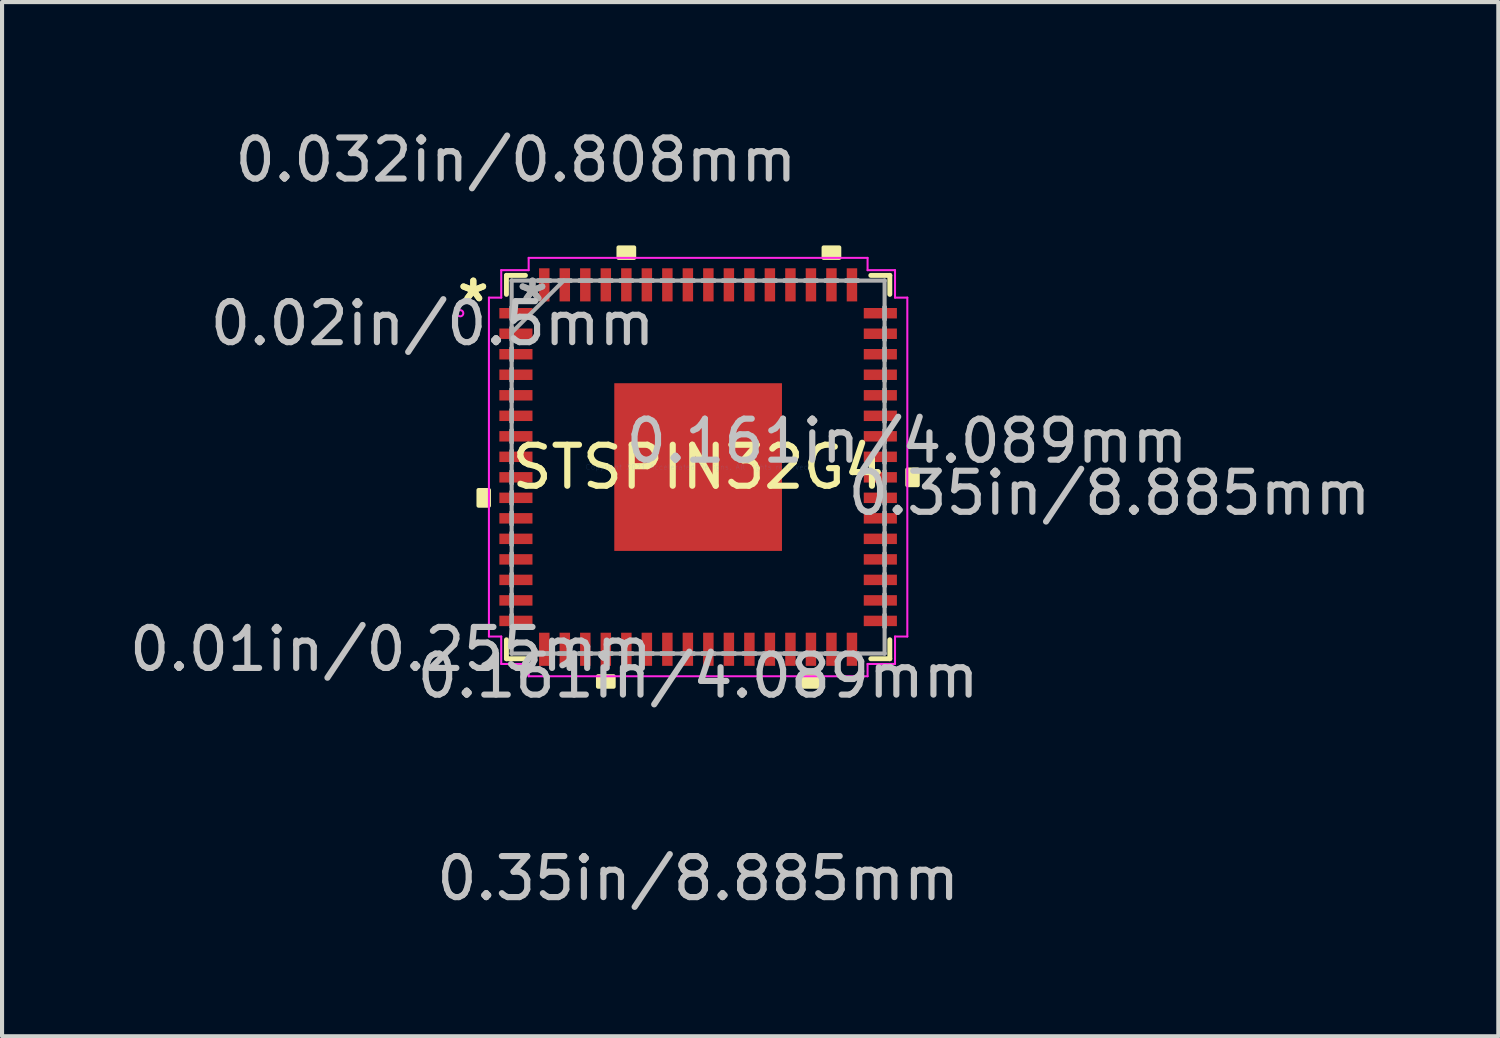
<source format=kicad_pcb>
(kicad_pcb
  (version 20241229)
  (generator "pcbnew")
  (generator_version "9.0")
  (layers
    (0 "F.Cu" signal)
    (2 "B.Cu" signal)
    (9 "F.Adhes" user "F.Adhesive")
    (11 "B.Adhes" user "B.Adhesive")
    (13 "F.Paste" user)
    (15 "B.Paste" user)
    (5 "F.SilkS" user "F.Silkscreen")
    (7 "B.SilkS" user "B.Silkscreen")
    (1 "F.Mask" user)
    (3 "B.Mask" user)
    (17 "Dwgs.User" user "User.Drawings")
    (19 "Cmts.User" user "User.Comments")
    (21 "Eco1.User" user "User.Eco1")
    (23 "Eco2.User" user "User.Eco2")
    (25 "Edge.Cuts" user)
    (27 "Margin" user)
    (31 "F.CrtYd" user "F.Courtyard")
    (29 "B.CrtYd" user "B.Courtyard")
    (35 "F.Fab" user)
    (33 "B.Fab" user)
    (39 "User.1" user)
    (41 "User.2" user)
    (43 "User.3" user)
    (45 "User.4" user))
  (footprint "STSPIN32G4"
    (layer "F.Cu")
    (at 13.973 8.339)
    (property "Reference" "STSPIN32G4" (at 0 0 0) (layer "F.SilkS") (effects (font (size 1 1) (thickness 0.15))))
    (attr through_hole)
    (fp_line (start -4.674 -4.674) (end -4.674 -4.211) (stroke (width 0.12) (type solid)) (layer "F.SilkS"))
    (fp_line (start -4.674 4.211) (end -4.674 4.674) (stroke (width 0.12) (type solid)) (layer "F.SilkS"))
    (fp_line (start -4.674 4.674) (end -4.211 4.674) (stroke (width 0.12) (type solid)) (layer "F.SilkS"))
    (fp_line (start -4.211 -4.674) (end -4.674 -4.674) (stroke (width 0.12) (type solid)) (layer "F.SilkS"))
    (fp_line (start 4.211 4.674) (end 4.674 4.674) (stroke (width 0.12) (type solid)) (layer "F.SilkS"))
    (fp_line (start 4.674 -4.674) (end 4.211 -4.674) (stroke (width 0.12) (type solid)) (layer "F.SilkS"))
    (fp_line (start 4.674 -4.211) (end 4.674 -4.674) (stroke (width 0.12) (type solid)) (layer "F.SilkS"))
    (fp_line (start 4.674 4.674) (end 4.674 4.211) (stroke (width 0.12) (type solid)) (layer "F.SilkS"))
    (fp_poly (pts (xy -5.355 0.56) (xy -5.355 0.941) (xy -5.101 0.941) (xy -5.101 0.56)) (stroke (width 0.1) (type solid)) (fill yes) (layer "F.SilkS"))
    (fp_poly (pts (xy -2.441 5.101) (xy -2.441 5.355) (xy -2.06 5.355) (xy -2.06 5.101)) (stroke (width 0.1) (type solid)) (fill yes) (layer "F.SilkS"))
    (fp_poly (pts (xy -1.941 -5.101) (xy -1.941 -5.355) (xy -1.56 -5.355) (xy -1.56 -5.101)) (stroke (width 0.1) (type solid)) (fill yes) (layer "F.SilkS"))
    (fp_poly (pts (xy 2.56 5.101) (xy 2.56 5.355) (xy 2.941 5.355) (xy 2.941 5.101)) (stroke (width 0.1) (type solid)) (fill yes) (layer "F.SilkS"))
    (fp_poly (pts (xy 3.06 -5.101) (xy 3.06 -5.355) (xy 3.441 -5.355) (xy 3.441 -5.101)) (stroke (width 0.1) (type solid)) (fill yes) (layer "F.SilkS"))
    (fp_poly (pts (xy 5.355 0.06) (xy 5.355 0.441) (xy 5.101 0.441) (xy 5.101 0.06)) (stroke (width 0.1) (type solid)) (fill yes) (layer "F.SilkS"))
    (fp_poly (pts (xy -1.945 -1.945) (xy -1.945 -0.782) (xy -0.782 -0.782) (xy -0.782 -1.945)) (stroke (width 0.1) (type solid)) (fill yes) (layer "F.Paste"))
    (fp_poly (pts (xy -1.945 -0.582) (xy -1.945 0.582) (xy -0.782 0.582) (xy -0.782 -0.582)) (stroke (width 0.1) (type solid)) (fill yes) (layer "F.Paste"))
    (fp_poly (pts (xy -1.945 0.782) (xy -1.945 1.945) (xy -0.782 1.945) (xy -0.782 0.782)) (stroke (width 0.1) (type solid)) (fill yes) (layer "F.Paste"))
    (fp_poly (pts (xy -0.582 -1.945) (xy -0.582 -0.782) (xy 0.582 -0.782) (xy 0.582 -1.945)) (stroke (width 0.1) (type solid)) (fill yes) (layer "F.Paste"))
    (fp_poly (pts (xy -0.582 -0.582) (xy -0.582 0.582) (xy 0.582 0.582) (xy 0.582 -0.582)) (stroke (width 0.1) (type solid)) (fill yes) (layer "F.Paste"))
    (fp_poly (pts (xy -0.582 0.782) (xy -0.582 1.945) (xy 0.582 1.945) (xy 0.582 0.782)) (stroke (width 0.1) (type solid)) (fill yes) (layer "F.Paste"))
    (fp_poly (pts (xy 0.782 -1.945) (xy 0.782 -0.782) (xy 1.945 -0.782) (xy 1.945 -1.945)) (stroke (width 0.1) (type solid)) (fill yes) (layer "F.Paste"))
    (fp_poly (pts (xy 0.782 -0.582) (xy 0.782 0.582) (xy 1.945 0.582) (xy 1.945 -0.582)) (stroke (width 0.1) (type solid)) (fill yes) (layer "F.Paste"))
    (fp_poly (pts (xy 0.782 0.782) (xy 0.782 1.945) (xy 1.945 1.945) (xy 1.945 0.782)) (stroke (width 0.1) (type solid)) (fill yes) (layer "F.Paste"))
    (fp_line (start -5.101 -4.132) (end -4.801 -4.132) (stroke (width 0.05) (type solid)) (layer "F.CrtYd"))
    (fp_line (start -5.101 4.132) (end -5.101 -4.132) (stroke (width 0.05) (type solid)) (layer "F.CrtYd"))
    (fp_line (start -4.801 -4.801) (end -4.132 -4.801) (stroke (width 0.05) (type solid)) (layer "F.CrtYd"))
    (fp_line (start -4.801 -4.132) (end -4.801 -4.801) (stroke (width 0.05) (type solid)) (layer "F.CrtYd"))
    (fp_line (start -4.801 4.132) (end -5.101 4.132) (stroke (width 0.05) (type solid)) (layer "F.CrtYd"))
    (fp_line (start -4.801 4.801) (end -4.801 4.132) (stroke (width 0.05) (type solid)) (layer "F.CrtYd"))
    (fp_line (start -4.132 -5.101) (end 4.132 -5.101) (stroke (width 0.05) (type solid)) (layer "F.CrtYd"))
    (fp_line (start -4.132 -4.801) (end -4.132 -5.101) (stroke (width 0.05) (type solid)) (layer "F.CrtYd"))
    (fp_line (start -4.132 4.801) (end -4.801 4.801) (stroke (width 0.05) (type solid)) (layer "F.CrtYd"))
    (fp_line (start -4.132 5.101) (end -4.132 4.801) (stroke (width 0.05) (type solid)) (layer "F.CrtYd"))
    (fp_line (start 4.132 -5.101) (end 4.132 -4.801) (stroke (width 0.05) (type solid)) (layer "F.CrtYd"))
    (fp_line (start 4.132 -4.801) (end 4.801 -4.801) (stroke (width 0.05) (type solid)) (layer "F.CrtYd"))
    (fp_line (start 4.132 4.801) (end 4.132 5.101) (stroke (width 0.05) (type solid)) (layer "F.CrtYd"))
    (fp_line (start 4.132 5.101) (end -4.132 5.101) (stroke (width 0.05) (type solid)) (layer "F.CrtYd"))
    (fp_line (start 4.801 -4.801) (end 4.801 -4.132) (stroke (width 0.05) (type solid)) (layer "F.CrtYd"))
    (fp_line (start 4.801 -4.132) (end 5.101 -4.132) (stroke (width 0.05) (type solid)) (layer "F.CrtYd"))
    (fp_line (start 4.801 4.132) (end 4.801 4.801) (stroke (width 0.05) (type solid)) (layer "F.CrtYd"))
    (fp_line (start 4.801 4.801) (end 4.132 4.801) (stroke (width 0.05) (type solid)) (layer "F.CrtYd"))
    (fp_line (start 5.101 -4.132) (end 5.101 4.132) (stroke (width 0.05) (type solid)) (layer "F.CrtYd"))
    (fp_line (start 5.101 4.132) (end 4.801 4.132) (stroke (width 0.05) (type solid)) (layer "F.CrtYd"))
    (fp_circle (center -5.801 -3.751) (end -5.725 -3.751) (stroke (width 0.05) (type solid)) (fill no) (layer "F.CrtYd"))
    (fp_line (start -4.547 -4.547) (end -4.547 -4.547) (stroke (width 0.1) (type solid)) (layer "F.Fab"))
    (fp_line (start -4.547 -4.547) (end -4.547 4.547) (stroke (width 0.1) (type solid)) (layer "F.Fab"))
    (fp_line (start -4.547 -3.903) (end -4.547 -3.903) (stroke (width 0.1) (type solid)) (layer "F.Fab"))
    (fp_line (start -4.547 -3.903) (end -4.547 -3.599) (stroke (width 0.1) (type solid)) (layer "F.Fab"))
    (fp_line (start -4.547 -3.599) (end -4.547 -3.903) (stroke (width 0.1) (type solid)) (layer "F.Fab"))
    (fp_line (start -4.547 -3.599) (end -4.547 -3.599) (stroke (width 0.1) (type solid)) (layer "F.Fab"))
    (fp_line (start -4.547 -3.403) (end -4.547 -3.403) (stroke (width 0.1) (type solid)) (layer "F.Fab"))
    (fp_line (start -4.547 -3.403) (end -4.547 -3.098) (stroke (width 0.1) (type solid)) (layer "F.Fab"))
    (fp_line (start -4.547 -3.277) (end -3.277 -4.547) (stroke (width 0.1) (type solid)) (layer "F.Fab"))
    (fp_line (start -4.547 -3.098) (end -4.547 -3.403) (stroke (width 0.1) (type solid)) (layer "F.Fab"))
    (fp_line (start -4.547 -3.098) (end -4.547 -3.098) (stroke (width 0.1) (type solid)) (layer "F.Fab"))
    (fp_line (start -4.547 -2.903) (end -4.547 -2.903) (stroke (width 0.1) (type solid)) (layer "F.Fab"))
    (fp_line (start -4.547 -2.903) (end -4.547 -2.598) (stroke (width 0.1) (type solid)) (layer "F.Fab"))
    (fp_line (start -4.547 -2.598) (end -4.547 -2.903) (stroke (width 0.1) (type solid)) (layer "F.Fab"))
    (fp_line (start -4.547 -2.598) (end -4.547 -2.598) (stroke (width 0.1) (type solid)) (layer "F.Fab"))
    (fp_line (start -4.547 -2.403) (end -4.547 -2.403) (stroke (width 0.1) (type solid)) (layer "F.Fab"))
    (fp_line (start -4.547 -2.403) (end -4.547 -2.098) (stroke (width 0.1) (type solid)) (layer "F.Fab"))
    (fp_line (start -4.547 -2.098) (end -4.547 -2.403) (stroke (width 0.1) (type solid)) (layer "F.Fab"))
    (fp_line (start -4.547 -2.098) (end -4.547 -2.098) (stroke (width 0.1) (type solid)) (layer "F.Fab"))
    (fp_line (start -4.547 -1.903) (end -4.547 -1.903) (stroke (width 0.1) (type solid)) (layer "F.Fab"))
    (fp_line (start -4.547 -1.903) (end -4.547 -1.598) (stroke (width 0.1) (type solid)) (layer "F.Fab"))
    (fp_line (start -4.547 -1.598) (end -4.547 -1.903) (stroke (width 0.1) (type solid)) (layer "F.Fab"))
    (fp_line (start -4.547 -1.598) (end -4.547 -1.598) (stroke (width 0.1) (type solid)) (layer "F.Fab"))
    (fp_line (start -4.547 -1.403) (end -4.547 -1.403) (stroke (width 0.1) (type solid)) (layer "F.Fab"))
    (fp_line (start -4.547 -1.403) (end -4.547 -1.098) (stroke (width 0.1) (type solid)) (layer "F.Fab"))
    (fp_line (start -4.547 -1.098) (end -4.547 -1.403) (stroke (width 0.1) (type solid)) (layer "F.Fab"))
    (fp_line (start -4.547 -1.098) (end -4.547 -1.098) (stroke (width 0.1) (type solid)) (layer "F.Fab"))
    (fp_line (start -4.547 -0.903) (end -4.547 -0.903) (stroke (width 0.1) (type solid)) (layer "F.Fab"))
    (fp_line (start -4.547 -0.903) (end -4.547 -0.598) (stroke (width 0.1) (type solid)) (layer "F.Fab"))
    (fp_line (start -4.547 -0.598) (end -4.547 -0.903) (stroke (width 0.1) (type solid)) (layer "F.Fab"))
    (fp_line (start -4.547 -0.598) (end -4.547 -0.598) (stroke (width 0.1) (type solid)) (layer "F.Fab"))
    (fp_line (start -4.547 -0.402) (end -4.547 -0.402) (stroke (width 0.1) (type solid)) (layer "F.Fab"))
    (fp_line (start -4.547 -0.402) (end -4.547 -0.098) (stroke (width 0.1) (type solid)) (layer "F.Fab"))
    (fp_line (start -4.547 -0.098) (end -4.547 -0.402) (stroke (width 0.1) (type solid)) (layer "F.Fab"))
    (fp_line (start -4.547 -0.098) (end -4.547 -0.098) (stroke (width 0.1) (type solid)) (layer "F.Fab"))
    (fp_line (start -4.547 0.098) (end -4.547 0.098) (stroke (width 0.1) (type solid)) (layer "F.Fab"))
    (fp_line (start -4.547 0.098) (end -4.547 0.402) (stroke (width 0.1) (type solid)) (layer "F.Fab"))
    (fp_line (start -4.547 0.402) (end -4.547 0.098) (stroke (width 0.1) (type solid)) (layer "F.Fab"))
    (fp_line (start -4.547 0.402) (end -4.547 0.402) (stroke (width 0.1) (type solid)) (layer "F.Fab"))
    (fp_line (start -4.547 0.598) (end -4.547 0.598) (stroke (width 0.1) (type solid)) (layer "F.Fab"))
    (fp_line (start -4.547 0.598) (end -4.547 0.903) (stroke (width 0.1) (type solid)) (layer "F.Fab"))
    (fp_line (start -4.547 0.903) (end -4.547 0.598) (stroke (width 0.1) (type solid)) (layer "F.Fab"))
    (fp_line (start -4.547 0.903) (end -4.547 0.903) (stroke (width 0.1) (type solid)) (layer "F.Fab"))
    (fp_line (start -4.547 1.098) (end -4.547 1.098) (stroke (width 0.1) (type solid)) (layer "F.Fab"))
    (fp_line (start -4.547 1.098) (end -4.547 1.403) (stroke (width 0.1) (type solid)) (layer "F.Fab"))
    (fp_line (start -4.547 1.403) (end -4.547 1.098) (stroke (width 0.1) (type solid)) (layer "F.Fab"))
    (fp_line (start -4.547 1.403) (end -4.547 1.403) (stroke (width 0.1) (type solid)) (layer "F.Fab"))
    (fp_line (start -4.547 1.598) (end -4.547 1.598) (stroke (width 0.1) (type solid)) (layer "F.Fab"))
    (fp_line (start -4.547 1.598) (end -4.547 1.903) (stroke (width 0.1) (type solid)) (layer "F.Fab"))
    (fp_line (start -4.547 1.903) (end -4.547 1.598) (stroke (width 0.1) (type solid)) (layer "F.Fab"))
    (fp_line (start -4.547 1.903) (end -4.547 1.903) (stroke (width 0.1) (type solid)) (layer "F.Fab"))
    (fp_line (start -4.547 2.098) (end -4.547 2.098) (stroke (width 0.1) (type solid)) (layer "F.Fab"))
    (fp_line (start -4.547 2.098) (end -4.547 2.403) (stroke (width 0.1) (type solid)) (layer "F.Fab"))
    (fp_line (start -4.547 2.403) (end -4.547 2.098) (stroke (width 0.1) (type solid)) (layer "F.Fab"))
    (fp_line (start -4.547 2.403) (end -4.547 2.403) (stroke (width 0.1) (type solid)) (layer "F.Fab"))
    (fp_line (start -4.547 2.598) (end -4.547 2.598) (stroke (width 0.1) (type solid)) (layer "F.Fab"))
    (fp_line (start -4.547 2.598) (end -4.547 2.903) (stroke (width 0.1) (type solid)) (layer "F.Fab"))
    (fp_line (start -4.547 2.903) (end -4.547 2.598) (stroke (width 0.1) (type solid)) (layer "F.Fab"))
    (fp_line (start -4.547 2.903) (end -4.547 2.903) (stroke (width 0.1) (type solid)) (layer "F.Fab"))
    (fp_line (start -4.547 3.098) (end -4.547 3.098) (stroke (width 0.1) (type solid)) (layer "F.Fab"))
    (fp_line (start -4.547 3.098) (end -4.547 3.403) (stroke (width 0.1) (type solid)) (layer "F.Fab"))
    (fp_line (start -4.547 3.403) (end -4.547 3.098) (stroke (width 0.1) (type solid)) (layer "F.Fab"))
    (fp_line (start -4.547 3.403) (end -4.547 3.403) (stroke (width 0.1) (type solid)) (layer "F.Fab"))
    (fp_line (start -4.547 3.599) (end -4.547 3.599) (stroke (width 0.1) (type solid)) (layer "F.Fab"))
    (fp_line (start -4.547 3.599) (end -4.547 3.903) (stroke (width 0.1) (type solid)) (layer "F.Fab"))
    (fp_line (start -4.547 3.903) (end -4.547 3.599) (stroke (width 0.1) (type solid)) (layer "F.Fab"))
    (fp_line (start -4.547 3.903) (end -4.547 3.903) (stroke (width 0.1) (type solid)) (layer "F.Fab"))
    (fp_line (start -4.547 4.547) (end -4.547 4.547) (stroke (width 0.1) (type solid)) (layer "F.Fab"))
    (fp_line (start -4.547 4.547) (end 4.547 4.547) (stroke (width 0.1) (type solid)) (layer "F.Fab"))
    (fp_line (start -3.903 -4.547) (end -3.903 -4.547) (stroke (width 0.1) (type solid)) (layer "F.Fab"))
    (fp_line (start -3.903 -4.547) (end -3.599 -4.547) (stroke (width 0.1) (type solid)) (layer "F.Fab"))
    (fp_line (start -3.903 4.547) (end -3.903 4.547) (stroke (width 0.1) (type solid)) (layer "F.Fab"))
    (fp_line (start -3.903 4.547) (end -3.599 4.547) (stroke (width 0.1) (type solid)) (layer "F.Fab"))
    (fp_line (start -3.599 -4.547) (end -3.903 -4.547) (stroke (width 0.1) (type solid)) (layer "F.Fab"))
    (fp_line (start -3.599 -4.547) (end -3.599 -4.547) (stroke (width 0.1) (type solid)) (layer "F.Fab"))
    (fp_line (start -3.599 4.547) (end -3.903 4.547) (stroke (width 0.1) (type solid)) (layer "F.Fab"))
    (fp_line (start -3.599 4.547) (end -3.599 4.547) (stroke (width 0.1) (type solid)) (layer "F.Fab"))
    (fp_line (start -3.403 -4.547) (end -3.403 -4.547) (stroke (width 0.1) (type solid)) (layer "F.Fab"))
    (fp_line (start -3.403 -4.547) (end -3.098 -4.547) (stroke (width 0.1) (type solid)) (layer "F.Fab"))
    (fp_line (start -3.403 4.547) (end -3.403 4.547) (stroke (width 0.1) (type solid)) (layer "F.Fab"))
    (fp_line (start -3.403 4.547) (end -3.098 4.547) (stroke (width 0.1) (type solid)) (layer "F.Fab"))
    (fp_line (start -3.098 -4.547) (end -3.403 -4.547) (stroke (width 0.1) (type solid)) (layer "F.Fab"))
    (fp_line (start -3.098 -4.547) (end -3.098 -4.547) (stroke (width 0.1) (type solid)) (layer "F.Fab"))
    (fp_line (start -3.098 4.547) (end -3.403 4.547) (stroke (width 0.1) (type solid)) (layer "F.Fab"))
    (fp_line (start -3.098 4.547) (end -3.098 4.547) (stroke (width 0.1) (type solid)) (layer "F.Fab"))
    (fp_line (start -2.903 -4.547) (end -2.903 -4.547) (stroke (width 0.1) (type solid)) (layer "F.Fab"))
    (fp_line (start -2.903 -4.547) (end -2.598 -4.547) (stroke (width 0.1) (type solid)) (layer "F.Fab"))
    (fp_line (start -2.903 4.547) (end -2.903 4.547) (stroke (width 0.1) (type solid)) (layer "F.Fab"))
    (fp_line (start -2.903 4.547) (end -2.598 4.547) (stroke (width 0.1) (type solid)) (layer "F.Fab"))
    (fp_line (start -2.598 -4.547) (end -2.903 -4.547) (stroke (width 0.1) (type solid)) (layer "F.Fab"))
    (fp_line (start -2.598 -4.547) (end -2.598 -4.547) (stroke (width 0.1) (type solid)) (layer "F.Fab"))
    (fp_line (start -2.598 4.547) (end -2.903 4.547) (stroke (width 0.1) (type solid)) (layer "F.Fab"))
    (fp_line (start -2.598 4.547) (end -2.598 4.547) (stroke (width 0.1) (type solid)) (layer "F.Fab"))
    (fp_line (start -2.403 -4.547) (end -2.403 -4.547) (stroke (width 0.1) (type solid)) (layer "F.Fab"))
    (fp_line (start -2.403 -4.547) (end -2.098 -4.547) (stroke (width 0.1) (type solid)) (layer "F.Fab"))
    (fp_line (start -2.403 4.547) (end -2.403 4.547) (stroke (width 0.1) (type solid)) (layer "F.Fab"))
    (fp_line (start -2.403 4.547) (end -2.098 4.547) (stroke (width 0.1) (type solid)) (layer "F.Fab"))
    (fp_line (start -2.098 -4.547) (end -2.403 -4.547) (stroke (width 0.1) (type solid)) (layer "F.Fab"))
    (fp_line (start -2.098 -4.547) (end -2.098 -4.547) (stroke (width 0.1) (type solid)) (layer "F.Fab"))
    (fp_line (start -2.098 4.547) (end -2.403 4.547) (stroke (width 0.1) (type solid)) (layer "F.Fab"))
    (fp_line (start -2.098 4.547) (end -2.098 4.547) (stroke (width 0.1) (type solid)) (layer "F.Fab"))
    (fp_line (start -1.903 -4.547) (end -1.903 -4.547) (stroke (width 0.1) (type solid)) (layer "F.Fab"))
    (fp_line (start -1.903 -4.547) (end -1.598 -4.547) (stroke (width 0.1) (type solid)) (layer "F.Fab"))
    (fp_line (start -1.903 4.547) (end -1.903 4.547) (stroke (width 0.1) (type solid)) (layer "F.Fab"))
    (fp_line (start -1.903 4.547) (end -1.598 4.547) (stroke (width 0.1) (type solid)) (layer "F.Fab"))
    (fp_line (start -1.598 -4.547) (end -1.903 -4.547) (stroke (width 0.1) (type solid)) (layer "F.Fab"))
    (fp_line (start -1.598 -4.547) (end -1.598 -4.547) (stroke (width 0.1) (type solid)) (layer "F.Fab"))
    (fp_line (start -1.598 4.547) (end -1.903 4.547) (stroke (width 0.1) (type solid)) (layer "F.Fab"))
    (fp_line (start -1.598 4.547) (end -1.598 4.547) (stroke (width 0.1) (type solid)) (layer "F.Fab"))
    (fp_line (start -1.403 -4.547) (end -1.403 -4.547) (stroke (width 0.1) (type solid)) (layer "F.Fab"))
    (fp_line (start -1.403 -4.547) (end -1.098 -4.547) (stroke (width 0.1) (type solid)) (layer "F.Fab"))
    (fp_line (start -1.403 4.547) (end -1.403 4.547) (stroke (width 0.1) (type solid)) (layer "F.Fab"))
    (fp_line (start -1.403 4.547) (end -1.098 4.547) (stroke (width 0.1) (type solid)) (layer "F.Fab"))
    (fp_line (start -1.098 -4.547) (end -1.403 -4.547) (stroke (width 0.1) (type solid)) (layer "F.Fab"))
    (fp_line (start -1.098 -4.547) (end -1.098 -4.547) (stroke (width 0.1) (type solid)) (layer "F.Fab"))
    (fp_line (start -1.098 4.547) (end -1.403 4.547) (stroke (width 0.1) (type solid)) (layer "F.Fab"))
    (fp_line (start -1.098 4.547) (end -1.098 4.547) (stroke (width 0.1) (type solid)) (layer "F.Fab"))
    (fp_line (start -0.903 -4.547) (end -0.903 -4.547) (stroke (width 0.1) (type solid)) (layer "F.Fab"))
    (fp_line (start -0.903 -4.547) (end -0.598 -4.547) (stroke (width 0.1) (type solid)) (layer "F.Fab"))
    (fp_line (start -0.903 4.547) (end -0.903 4.547) (stroke (width 0.1) (type solid)) (layer "F.Fab"))
    (fp_line (start -0.903 4.547) (end -0.598 4.547) (stroke (width 0.1) (type solid)) (layer "F.Fab"))
    (fp_line (start -0.598 -4.547) (end -0.903 -4.547) (stroke (width 0.1) (type solid)) (layer "F.Fab"))
    (fp_line (start -0.598 -4.547) (end -0.598 -4.547) (stroke (width 0.1) (type solid)) (layer "F.Fab"))
    (fp_line (start -0.598 4.547) (end -0.903 4.547) (stroke (width 0.1) (type solid)) (layer "F.Fab"))
    (fp_line (start -0.598 4.547) (end -0.598 4.547) (stroke (width 0.1) (type solid)) (layer "F.Fab"))
    (fp_line (start -0.402 -4.547) (end -0.402 -4.547) (stroke (width 0.1) (type solid)) (layer "F.Fab"))
    (fp_line (start -0.402 -4.547) (end -0.098 -4.547) (stroke (width 0.1) (type solid)) (layer "F.Fab"))
    (fp_line (start -0.402 4.547) (end -0.402 4.547) (stroke (width 0.1) (type solid)) (layer "F.Fab"))
    (fp_line (start -0.402 4.547) (end -0.098 4.547) (stroke (width 0.1) (type solid)) (layer "F.Fab"))
    (fp_line (start -0.098 -4.547) (end -0.402 -4.547) (stroke (width 0.1) (type solid)) (layer "F.Fab"))
    (fp_line (start -0.098 -4.547) (end -0.098 -4.547) (stroke (width 0.1) (type solid)) (layer "F.Fab"))
    (fp_line (start -0.098 4.547) (end -0.402 4.547) (stroke (width 0.1) (type solid)) (layer "F.Fab"))
    (fp_line (start -0.098 4.547) (end -0.098 4.547) (stroke (width 0.1) (type solid)) (layer "F.Fab"))
    (fp_line (start 0.098 -4.547) (end 0.098 -4.547) (stroke (width 0.1) (type solid)) (layer "F.Fab"))
    (fp_line (start 0.098 -4.547) (end 0.402 -4.547) (stroke (width 0.1) (type solid)) (layer "F.Fab"))
    (fp_line (start 0.098 4.547) (end 0.098 4.547) (stroke (width 0.1) (type solid)) (layer "F.Fab"))
    (fp_line (start 0.098 4.547) (end 0.402 4.547) (stroke (width 0.1) (type solid)) (layer "F.Fab"))
    (fp_line (start 0.402 -4.547) (end 0.098 -4.547) (stroke (width 0.1) (type solid)) (layer "F.Fab"))
    (fp_line (start 0.402 -4.547) (end 0.402 -4.547) (stroke (width 0.1) (type solid)) (layer "F.Fab"))
    (fp_line (start 0.402 4.547) (end 0.098 4.547) (stroke (width 0.1) (type solid)) (layer "F.Fab"))
    (fp_line (start 0.402 4.547) (end 0.402 4.547) (stroke (width 0.1) (type solid)) (layer "F.Fab"))
    (fp_line (start 0.598 -4.547) (end 0.598 -4.547) (stroke (width 0.1) (type solid)) (layer "F.Fab"))
    (fp_line (start 0.598 -4.547) (end 0.903 -4.547) (stroke (width 0.1) (type solid)) (layer "F.Fab"))
    (fp_line (start 0.598 4.547) (end 0.598 4.547) (stroke (width 0.1) (type solid)) (layer "F.Fab"))
    (fp_line (start 0.598 4.547) (end 0.903 4.547) (stroke (width 0.1) (type solid)) (layer "F.Fab"))
    (fp_line (start 0.903 -4.547) (end 0.598 -4.547) (stroke (width 0.1) (type solid)) (layer "F.Fab"))
    (fp_line (start 0.903 -4.547) (end 0.903 -4.547) (stroke (width 0.1) (type solid)) (layer "F.Fab"))
    (fp_line (start 0.903 4.547) (end 0.598 4.547) (stroke (width 0.1) (type solid)) (layer "F.Fab"))
    (fp_line (start 0.903 4.547) (end 0.903 4.547) (stroke (width 0.1) (type solid)) (layer "F.Fab"))
    (fp_line (start 1.098 -4.547) (end 1.098 -4.547) (stroke (width 0.1) (type solid)) (layer "F.Fab"))
    (fp_line (start 1.098 -4.547) (end 1.403 -4.547) (stroke (width 0.1) (type solid)) (layer "F.Fab"))
    (fp_line (start 1.098 4.547) (end 1.098 4.547) (stroke (width 0.1) (type solid)) (layer "F.Fab"))
    (fp_line (start 1.098 4.547) (end 1.403 4.547) (stroke (width 0.1) (type solid)) (layer "F.Fab"))
    (fp_line (start 1.403 -4.547) (end 1.098 -4.547) (stroke (width 0.1) (type solid)) (layer "F.Fab"))
    (fp_line (start 1.403 -4.547) (end 1.403 -4.547) (stroke (width 0.1) (type solid)) (layer "F.Fab"))
    (fp_line (start 1.403 4.547) (end 1.098 4.547) (stroke (width 0.1) (type solid)) (layer "F.Fab"))
    (fp_line (start 1.403 4.547) (end 1.403 4.547) (stroke (width 0.1) (type solid)) (layer "F.Fab"))
    (fp_line (start 1.598 -4.547) (end 1.598 -4.547) (stroke (width 0.1) (type solid)) (layer "F.Fab"))
    (fp_line (start 1.598 -4.547) (end 1.903 -4.547) (stroke (width 0.1) (type solid)) (layer "F.Fab"))
    (fp_line (start 1.598 4.547) (end 1.598 4.547) (stroke (width 0.1) (type solid)) (layer "F.Fab"))
    (fp_line (start 1.598 4.547) (end 1.903 4.547) (stroke (width 0.1) (type solid)) (layer "F.Fab"))
    (fp_line (start 1.903 -4.547) (end 1.598 -4.547) (stroke (width 0.1) (type solid)) (layer "F.Fab"))
    (fp_line (start 1.903 -4.547) (end 1.903 -4.547) (stroke (width 0.1) (type solid)) (layer "F.Fab"))
    (fp_line (start 1.903 4.547) (end 1.598 4.547) (stroke (width 0.1) (type solid)) (layer "F.Fab"))
    (fp_line (start 1.903 4.547) (end 1.903 4.547) (stroke (width 0.1) (type solid)) (layer "F.Fab"))
    (fp_line (start 2.098 -4.547) (end 2.098 -4.547) (stroke (width 0.1) (type solid)) (layer "F.Fab"))
    (fp_line (start 2.098 -4.547) (end 2.403 -4.547) (stroke (width 0.1) (type solid)) (layer "F.Fab"))
    (fp_line (start 2.098 4.547) (end 2.098 4.547) (stroke (width 0.1) (type solid)) (layer "F.Fab"))
    (fp_line (start 2.098 4.547) (end 2.403 4.547) (stroke (width 0.1) (type solid)) (layer "F.Fab"))
    (fp_line (start 2.403 -4.547) (end 2.098 -4.547) (stroke (width 0.1) (type solid)) (layer "F.Fab"))
    (fp_line (start 2.403 -4.547) (end 2.403 -4.547) (stroke (width 0.1) (type solid)) (layer "F.Fab"))
    (fp_line (start 2.403 4.547) (end 2.098 4.547) (stroke (width 0.1) (type solid)) (layer "F.Fab"))
    (fp_line (start 2.403 4.547) (end 2.403 4.547) (stroke (width 0.1) (type solid)) (layer "F.Fab"))
    (fp_line (start 2.598 -4.547) (end 2.598 -4.547) (stroke (width 0.1) (type solid)) (layer "F.Fab"))
    (fp_line (start 2.598 -4.547) (end 2.903 -4.547) (stroke (width 0.1) (type solid)) (layer "F.Fab"))
    (fp_line (start 2.598 4.547) (end 2.598 4.547) (stroke (width 0.1) (type solid)) (layer "F.Fab"))
    (fp_line (start 2.598 4.547) (end 2.903 4.547) (stroke (width 0.1) (type solid)) (layer "F.Fab"))
    (fp_line (start 2.903 -4.547) (end 2.598 -4.547) (stroke (width 0.1) (type solid)) (layer "F.Fab"))
    (fp_line (start 2.903 -4.547) (end 2.903 -4.547) (stroke (width 0.1) (type solid)) (layer "F.Fab"))
    (fp_line (start 2.903 4.547) (end 2.598 4.547) (stroke (width 0.1) (type solid)) (layer "F.Fab"))
    (fp_line (start 2.903 4.547) (end 2.903 4.547) (stroke (width 0.1) (type solid)) (layer "F.Fab"))
    (fp_line (start 3.098 -4.547) (end 3.098 -4.547) (stroke (width 0.1) (type solid)) (layer "F.Fab"))
    (fp_line (start 3.098 -4.547) (end 3.403 -4.547) (stroke (width 0.1) (type solid)) (layer "F.Fab"))
    (fp_line (start 3.098 4.547) (end 3.098 4.547) (stroke (width 0.1) (type solid)) (layer "F.Fab"))
    (fp_line (start 3.098 4.547) (end 3.403 4.547) (stroke (width 0.1) (type solid)) (layer "F.Fab"))
    (fp_line (start 3.403 -4.547) (end 3.098 -4.547) (stroke (width 0.1) (type solid)) (layer "F.Fab"))
    (fp_line (start 3.403 -4.547) (end 3.403 -4.547) (stroke (width 0.1) (type solid)) (layer "F.Fab"))
    (fp_line (start 3.403 4.547) (end 3.098 4.547) (stroke (width 0.1) (type solid)) (layer "F.Fab"))
    (fp_line (start 3.403 4.547) (end 3.403 4.547) (stroke (width 0.1) (type solid)) (layer "F.Fab"))
    (fp_line (start 3.599 -4.547) (end 3.599 -4.547) (stroke (width 0.1) (type solid)) (layer "F.Fab"))
    (fp_line (start 3.599 -4.547) (end 3.903 -4.547) (stroke (width 0.1) (type solid)) (layer "F.Fab"))
    (fp_line (start 3.599 4.547) (end 3.599 4.547) (stroke (width 0.1) (type solid)) (layer "F.Fab"))
    (fp_line (start 3.599 4.547) (end 3.903 4.547) (stroke (width 0.1) (type solid)) (layer "F.Fab"))
    (fp_line (start 3.903 -4.547) (end 3.599 -4.547) (stroke (width 0.1) (type solid)) (layer "F.Fab"))
    (fp_line (start 3.903 -4.547) (end 3.903 -4.547) (stroke (width 0.1) (type solid)) (layer "F.Fab"))
    (fp_line (start 3.903 4.547) (end 3.599 4.547) (stroke (width 0.1) (type solid)) (layer "F.Fab"))
    (fp_line (start 3.903 4.547) (end 3.903 4.547) (stroke (width 0.1) (type solid)) (layer "F.Fab"))
    (fp_line (start 4.547 -4.547) (end -4.547 -4.547) (stroke (width 0.1) (type solid)) (layer "F.Fab"))
    (fp_line (start 4.547 -4.547) (end 4.547 -4.547) (stroke (width 0.1) (type solid)) (layer "F.Fab"))
    (fp_line (start 4.547 -3.903) (end 4.547 -3.903) (stroke (width 0.1) (type solid)) (layer "F.Fab"))
    (fp_line (start 4.547 -3.903) (end 4.547 -3.599) (stroke (width 0.1) (type solid)) (layer "F.Fab"))
    (fp_line (start 4.547 -3.599) (end 4.547 -3.903) (stroke (width 0.1) (type solid)) (layer "F.Fab"))
    (fp_line (start 4.547 -3.599) (end 4.547 -3.599) (stroke (width 0.1) (type solid)) (layer "F.Fab"))
    (fp_line (start 4.547 -3.403) (end 4.547 -3.403) (stroke (width 0.1) (type solid)) (layer "F.Fab"))
    (fp_line (start 4.547 -3.403) (end 4.547 -3.098) (stroke (width 0.1) (type solid)) (layer "F.Fab"))
    (fp_line (start 4.547 -3.098) (end 4.547 -3.403) (stroke (width 0.1) (type solid)) (layer "F.Fab"))
    (fp_line (start 4.547 -3.098) (end 4.547 -3.098) (stroke (width 0.1) (type solid)) (layer "F.Fab"))
    (fp_line (start 4.547 -2.903) (end 4.547 -2.903) (stroke (width 0.1) (type solid)) (layer "F.Fab"))
    (fp_line (start 4.547 -2.903) (end 4.547 -2.598) (stroke (width 0.1) (type solid)) (layer "F.Fab"))
    (fp_line (start 4.547 -2.598) (end 4.547 -2.903) (stroke (width 0.1) (type solid)) (layer "F.Fab"))
    (fp_line (start 4.547 -2.598) (end 4.547 -2.598) (stroke (width 0.1) (type solid)) (layer "F.Fab"))
    (fp_line (start 4.547 -2.403) (end 4.547 -2.403) (stroke (width 0.1) (type solid)) (layer "F.Fab"))
    (fp_line (start 4.547 -2.403) (end 4.547 -2.098) (stroke (width 0.1) (type solid)) (layer "F.Fab"))
    (fp_line (start 4.547 -2.098) (end 4.547 -2.403) (stroke (width 0.1) (type solid)) (layer "F.Fab"))
    (fp_line (start 4.547 -2.098) (end 4.547 -2.098) (stroke (width 0.1) (type solid)) (layer "F.Fab"))
    (fp_line (start 4.547 -1.903) (end 4.547 -1.903) (stroke (width 0.1) (type solid)) (layer "F.Fab"))
    (fp_line (start 4.547 -1.903) (end 4.547 -1.598) (stroke (width 0.1) (type solid)) (layer "F.Fab"))
    (fp_line (start 4.547 -1.598) (end 4.547 -1.903) (stroke (width 0.1) (type solid)) (layer "F.Fab"))
    (fp_line (start 4.547 -1.598) (end 4.547 -1.598) (stroke (width 0.1) (type solid)) (layer "F.Fab"))
    (fp_line (start 4.547 -1.403) (end 4.547 -1.403) (stroke (width 0.1) (type solid)) (layer "F.Fab"))
    (fp_line (start 4.547 -1.403) (end 4.547 -1.098) (stroke (width 0.1) (type solid)) (layer "F.Fab"))
    (fp_line (start 4.547 -1.098) (end 4.547 -1.403) (stroke (width 0.1) (type solid)) (layer "F.Fab"))
    (fp_line (start 4.547 -1.098) (end 4.547 -1.098) (stroke (width 0.1) (type solid)) (layer "F.Fab"))
    (fp_line (start 4.547 -0.903) (end 4.547 -0.903) (stroke (width 0.1) (type solid)) (layer "F.Fab"))
    (fp_line (start 4.547 -0.903) (end 4.547 -0.598) (stroke (width 0.1) (type solid)) (layer "F.Fab"))
    (fp_line (start 4.547 -0.598) (end 4.547 -0.903) (stroke (width 0.1) (type solid)) (layer "F.Fab"))
    (fp_line (start 4.547 -0.598) (end 4.547 -0.598) (stroke (width 0.1) (type solid)) (layer "F.Fab"))
    (fp_line (start 4.547 -0.402) (end 4.547 -0.402) (stroke (width 0.1) (type solid)) (layer "F.Fab"))
    (fp_line (start 4.547 -0.402) (end 4.547 -0.098) (stroke (width 0.1) (type solid)) (layer "F.Fab"))
    (fp_line (start 4.547 -0.098) (end 4.547 -0.402) (stroke (width 0.1) (type solid)) (layer "F.Fab"))
    (fp_line (start 4.547 -0.098) (end 4.547 -0.098) (stroke (width 0.1) (type solid)) (layer "F.Fab"))
    (fp_line (start 4.547 0.098) (end 4.547 0.098) (stroke (width 0.1) (type solid)) (layer "F.Fab"))
    (fp_line (start 4.547 0.098) (end 4.547 0.402) (stroke (width 0.1) (type solid)) (layer "F.Fab"))
    (fp_line (start 4.547 0.402) (end 4.547 0.098) (stroke (width 0.1) (type solid)) (layer "F.Fab"))
    (fp_line (start 4.547 0.402) (end 4.547 0.402) (stroke (width 0.1) (type solid)) (layer "F.Fab"))
    (fp_line (start 4.547 0.598) (end 4.547 0.598) (stroke (width 0.1) (type solid)) (layer "F.Fab"))
    (fp_line (start 4.547 0.598) (end 4.547 0.903) (stroke (width 0.1) (type solid)) (layer "F.Fab"))
    (fp_line (start 4.547 0.903) (end 4.547 0.598) (stroke (width 0.1) (type solid)) (layer "F.Fab"))
    (fp_line (start 4.547 0.903) (end 4.547 0.903) (stroke (width 0.1) (type solid)) (layer "F.Fab"))
    (fp_line (start 4.547 1.098) (end 4.547 1.098) (stroke (width 0.1) (type solid)) (layer "F.Fab"))
    (fp_line (start 4.547 1.098) (end 4.547 1.403) (stroke (width 0.1) (type solid)) (layer "F.Fab"))
    (fp_line (start 4.547 1.403) (end 4.547 1.098) (stroke (width 0.1) (type solid)) (layer "F.Fab"))
    (fp_line (start 4.547 1.403) (end 4.547 1.403) (stroke (width 0.1) (type solid)) (layer "F.Fab"))
    (fp_line (start 4.547 1.598) (end 4.547 1.598) (stroke (width 0.1) (type solid)) (layer "F.Fab"))
    (fp_line (start 4.547 1.598) (end 4.547 1.903) (stroke (width 0.1) (type solid)) (layer "F.Fab"))
    (fp_line (start 4.547 1.903) (end 4.547 1.598) (stroke (width 0.1) (type solid)) (layer "F.Fab"))
    (fp_line (start 4.547 1.903) (end 4.547 1.903) (stroke (width 0.1) (type solid)) (layer "F.Fab"))
    (fp_line (start 4.547 2.098) (end 4.547 2.098) (stroke (width 0.1) (type solid)) (layer "F.Fab"))
    (fp_line (start 4.547 2.098) (end 4.547 2.403) (stroke (width 0.1) (type solid)) (layer "F.Fab"))
    (fp_line (start 4.547 2.403) (end 4.547 2.098) (stroke (width 0.1) (type solid)) (layer "F.Fab"))
    (fp_line (start 4.547 2.403) (end 4.547 2.403) (stroke (width 0.1) (type solid)) (layer "F.Fab"))
    (fp_line (start 4.547 2.598) (end 4.547 2.598) (stroke (width 0.1) (type solid)) (layer "F.Fab"))
    (fp_line (start 4.547 2.598) (end 4.547 2.903) (stroke (width 0.1) (type solid)) (layer "F.Fab"))
    (fp_line (start 4.547 2.903) (end 4.547 2.598) (stroke (width 0.1) (type solid)) (layer "F.Fab"))
    (fp_line (start 4.547 2.903) (end 4.547 2.903) (stroke (width 0.1) (type solid)) (layer "F.Fab"))
    (fp_line (start 4.547 3.098) (end 4.547 3.098) (stroke (width 0.1) (type solid)) (layer "F.Fab"))
    (fp_line (start 4.547 3.098) (end 4.547 3.403) (stroke (width 0.1) (type solid)) (layer "F.Fab"))
    (fp_line (start 4.547 3.403) (end 4.547 3.098) (stroke (width 0.1) (type solid)) (layer "F.Fab"))
    (fp_line (start 4.547 3.403) (end 4.547 3.403) (stroke (width 0.1) (type solid)) (layer "F.Fab"))
    (fp_line (start 4.547 3.599) (end 4.547 3.599) (stroke (width 0.1) (type solid)) (layer "F.Fab"))
    (fp_line (start 4.547 3.599) (end 4.547 3.903) (stroke (width 0.1) (type solid)) (layer "F.Fab"))
    (fp_line (start 4.547 3.903) (end 4.547 3.599) (stroke (width 0.1) (type solid)) (layer "F.Fab"))
    (fp_line (start 4.547 3.903) (end 4.547 3.903) (stroke (width 0.1) (type solid)) (layer "F.Fab"))
    (fp_line (start 4.547 4.547) (end 4.547 -4.547) (stroke (width 0.1) (type solid)) (layer "F.Fab"))
    (fp_line (start 4.547 4.547) (end 4.547 4.547) (stroke (width 0.1) (type solid)) (layer "F.Fab"))
    (fp_text user "*" (at -5.482 -4.001 0) (layer "F.SilkS") (effects (font (size 1 1) (thickness 0.15))))
    (fp_text user "*" (at -5.482 -4.001 0) (layer "F.SilkS") (effects (font (size 1 1) (thickness 0.15))))
    (fp_text user "0.02in/0.5mm" (at -6.475 -3.501 0) (layer "Dwgs.User") (effects (font (size 1 1) (thickness 0.15))))
    (fp_text user "0.35in/8.885mm" (at 0 10.031 0) (layer "Dwgs.User") (effects (font (size 1 1) (thickness 0.15))))
    (fp_text user "0.161in/4.089mm" (at 5.093 -0.635 0) (layer "Dwgs.User") (effects (font (size 1 1) (thickness 0.15))))
    (fp_text user "0.35in/8.885mm" (at 10.031 0.635 0) (layer "Dwgs.User") (effects (font (size 1 1) (thickness 0.15))))
    (fp_text user "0.01in/0.255mm" (at -7.491 4.443 0) (layer "Dwgs.User") (effects (font (size 1 1) (thickness 0.15))))
    (fp_text user "0.032in/0.808mm" (at -4.443 -7.491 0) (layer "Dwgs.User") (effects (font (size 1 1) (thickness 0.15))))
    (fp_text user "0.161in/4.089mm" (at 0 5.093 0) (layer "Dwgs.User") (effects (font (size 1 1) (thickness 0.15))))
    (fp_text user "Copyright 2021 Accelerated Designs. All rights reserved." (at 0 0 0) (layer "Cmts.User") (effects (font (size 0.127 0.127) (thickness 0.002))))
    (fp_text user "*" (at -4.039 -4.001 0) (layer "F.Fab") (effects (font (size 1 1) (thickness 0.15))))
    (fp_text user "*" (at -4.039 -4.001 0) (layer "F.Fab") (effects (font (size 1 1) (thickness 0.15))))
    (pad "1" smd rect (at -4.443 -3.751 90) (size 0.255 0.808) (layers "F.Cu" "F.Mask" "F.Paste"))
    (pad "2" smd rect (at -4.443 -3.251 90) (size 0.255 0.808) (layers "F.Cu" "F.Mask" "F.Paste"))
    (pad "3" smd rect (at -4.443 -2.751 90) (size 0.255 0.808) (layers "F.Cu" "F.Mask" "F.Paste"))
    (pad "4" smd rect (at -4.443 -2.251 90) (size 0.255 0.808) (layers "F.Cu" "F.Mask" "F.Paste"))
    (pad "5" smd rect (at -4.443 -1.75 90) (size 0.255 0.808) (layers "F.Cu" "F.Mask" "F.Paste"))
    (pad "6" smd rect (at -4.443 -1.25 90) (size 0.255 0.808) (layers "F.Cu" "F.Mask" "F.Paste"))
    (pad "7" smd rect (at -4.443 -0.75 90) (size 0.255 0.808) (layers "F.Cu" "F.Mask" "F.Paste"))
    (pad "8" smd rect (at -4.443 -0.25 90) (size 0.255 0.808) (layers "F.Cu" "F.Mask" "F.Paste"))
    (pad "9" smd rect (at -4.443 0.25 90) (size 0.255 0.808) (layers "F.Cu" "F.Mask" "F.Paste"))
    (pad "10" smd rect (at -4.443 0.75 90) (size 0.255 0.808) (layers "F.Cu" "F.Mask" "F.Paste"))
    (pad "11" smd rect (at -4.443 1.25 90) (size 0.255 0.808) (layers "F.Cu" "F.Mask" "F.Paste"))
    (pad "12" smd rect (at -4.443 1.75 90) (size 0.255 0.808) (layers "F.Cu" "F.Mask" "F.Paste"))
    (pad "13" smd rect (at -4.443 2.251 90) (size 0.255 0.808) (layers "F.Cu" "F.Mask" "F.Paste"))
    (pad "14" smd rect (at -4.443 2.751 90) (size 0.255 0.808) (layers "F.Cu" "F.Mask" "F.Paste"))
    (pad "15" smd rect (at -4.443 3.251 90) (size 0.255 0.808) (layers "F.Cu" "F.Mask" "F.Paste"))
    (pad "16" smd rect (at -4.443 3.751 90) (size 0.255 0.808) (layers "F.Cu" "F.Mask" "F.Paste"))
    (pad "17" smd rect (at -3.751 4.443) (size 0.255 0.808) (layers "F.Cu" "F.Mask" "F.Paste"))
    (pad "18" smd rect (at -3.251 4.443) (size 0.255 0.808) (layers "F.Cu" "F.Mask" "F.Paste"))
    (pad "19" smd rect (at -2.751 4.443) (size 0.255 0.808) (layers "F.Cu" "F.Mask" "F.Paste"))
    (pad "20" smd rect (at -2.251 4.443) (size 0.255 0.808) (layers "F.Cu" "F.Mask" "F.Paste"))
    (pad "21" smd rect (at -1.75 4.443) (size 0.255 0.808) (layers "F.Cu" "F.Mask" "F.Paste"))
    (pad "22" smd rect (at -1.25 4.443) (size 0.255 0.808) (layers "F.Cu" "F.Mask" "F.Paste"))
    (pad "23" smd rect (at -0.75 4.443) (size 0.255 0.808) (layers "F.Cu" "F.Mask" "F.Paste"))
    (pad "24" smd rect (at -0.25 4.443) (size 0.255 0.808) (layers "F.Cu" "F.Mask" "F.Paste"))
    (pad "25" smd rect (at 0.25 4.443) (size 0.255 0.808) (layers "F.Cu" "F.Mask" "F.Paste"))
    (pad "26" smd rect (at 0.75 4.443) (size 0.255 0.808) (layers "F.Cu" "F.Mask" "F.Paste"))
    (pad "27" smd rect (at 1.25 4.443) (size 0.255 0.808) (layers "F.Cu" "F.Mask" "F.Paste"))
    (pad "28" smd rect (at 1.75 4.443) (size 0.255 0.808) (layers "F.Cu" "F.Mask" "F.Paste"))
    (pad "29" smd rect (at 2.251 4.443) (size 0.255 0.808) (layers "F.Cu" "F.Mask" "F.Paste"))
    (pad "30" smd rect (at 2.751 4.443) (size 0.255 0.808) (layers "F.Cu" "F.Mask" "F.Paste"))
    (pad "31" smd rect (at 3.251 4.443) (size 0.255 0.808) (layers "F.Cu" "F.Mask" "F.Paste"))
    (pad "32" smd rect (at 3.751 4.443) (size 0.255 0.808) (layers "F.Cu" "F.Mask" "F.Paste"))
    (pad "33" smd rect (at 4.443 3.751 90) (size 0.255 0.808) (layers "F.Cu" "F.Mask" "F.Paste"))
    (pad "34" smd rect (at 4.443 3.251 90) (size 0.255 0.808) (layers "F.Cu" "F.Mask" "F.Paste"))
    (pad "35" smd rect (at 4.443 2.751 90) (size 0.255 0.808) (layers "F.Cu" "F.Mask" "F.Paste"))
    (pad "36" smd rect (at 4.443 2.251 90) (size 0.255 0.808) (layers "F.Cu" "F.Mask" "F.Paste"))
    (pad "37" smd rect (at 4.443 1.75 90) (size 0.255 0.808) (layers "F.Cu" "F.Mask" "F.Paste"))
    (pad "38" smd rect (at 4.443 1.25 90) (size 0.255 0.808) (layers "F.Cu" "F.Mask" "F.Paste"))
    (pad "39" smd rect (at 4.443 0.75 90) (size 0.255 0.808) (layers "F.Cu" "F.Mask" "F.Paste"))
    (pad "40" smd rect (at 4.443 0.25 90) (size 0.255 0.808) (layers "F.Cu" "F.Mask" "F.Paste"))
    (pad "41" smd rect (at 4.443 -0.25 90) (size 0.255 0.808) (layers "F.Cu" "F.Mask" "F.Paste"))
    (pad "42" smd rect (at 4.443 -0.75 90) (size 0.255 0.808) (layers "F.Cu" "F.Mask" "F.Paste"))
    (pad "43" smd rect (at 4.443 -1.25 90) (size 0.255 0.808) (layers "F.Cu" "F.Mask" "F.Paste"))
    (pad "44" smd rect (at 4.443 -1.75 90) (size 0.255 0.808) (layers "F.Cu" "F.Mask" "F.Paste"))
    (pad "45" smd rect (at 4.443 -2.251 90) (size 0.255 0.808) (layers "F.Cu" "F.Mask" "F.Paste"))
    (pad "46" smd rect (at 4.443 -2.751 90) (size 0.255 0.808) (layers "F.Cu" "F.Mask" "F.Paste"))
    (pad "47" smd rect (at 4.443 -3.251 90) (size 0.255 0.808) (layers "F.Cu" "F.Mask" "F.Paste"))
    (pad "48" smd rect (at 4.443 -3.751 90) (size 0.255 0.808) (layers "F.Cu" "F.Mask" "F.Paste"))
    (pad "49" smd rect (at 3.751 -4.443) (size 0.255 0.808) (layers "F.Cu" "F.Mask" "F.Paste"))
    (pad "50" smd rect (at 3.251 -4.443) (size 0.255 0.808) (layers "F.Cu" "F.Mask" "F.Paste"))
    (pad "51" smd rect (at 2.751 -4.443) (size 0.255 0.808) (layers "F.Cu" "F.Mask" "F.Paste"))
    (pad "52" smd rect (at 2.251 -4.443) (size 0.255 0.808) (layers "F.Cu" "F.Mask" "F.Paste"))
    (pad "53" smd rect (at 1.75 -4.443) (size 0.255 0.808) (layers "F.Cu" "F.Mask" "F.Paste"))
    (pad "54" smd rect (at 1.25 -4.443) (size 0.255 0.808) (layers "F.Cu" "F.Mask" "F.Paste"))
    (pad "55" smd rect (at 0.75 -4.443) (size 0.255 0.808) (layers "F.Cu" "F.Mask" "F.Paste"))
    (pad "56" smd rect (at 0.25 -4.443) (size 0.255 0.808) (layers "F.Cu" "F.Mask" "F.Paste"))
    (pad "57" smd rect (at -0.25 -4.443) (size 0.255 0.808) (layers "F.Cu" "F.Mask" "F.Paste"))
    (pad "58" smd rect (at -0.75 -4.443) (size 0.255 0.808) (layers "F.Cu" "F.Mask" "F.Paste"))
    (pad "59" smd rect (at -1.25 -4.443) (size 0.255 0.808) (layers "F.Cu" "F.Mask" "F.Paste"))
    (pad "60" smd rect (at -1.75 -4.443) (size 0.255 0.808) (layers "F.Cu" "F.Mask" "F.Paste"))
    (pad "61" smd rect (at -2.251 -4.443) (size 0.255 0.808) (layers "F.Cu" "F.Mask" "F.Paste"))
    (pad "62" smd rect (at -2.751 -4.443) (size 0.255 0.808) (layers "F.Cu" "F.Mask" "F.Paste"))
    (pad "63" smd rect (at -3.251 -4.443) (size 0.255 0.808) (layers "F.Cu" "F.Mask" "F.Paste"))
    (pad "64" smd rect (at -3.751 -4.443) (size 0.255 0.808) (layers "F.Cu" "F.Mask" "F.Paste"))
    (pad "65" smd rect (at 0 0) (size 4.089 4.089) (layers "F.Cu" "F.Mask")))
  (gr_rect
    (start -3 -3)
    (end 33.485 22.218)
    (stroke (width 0.1) (type default))
    (fill no)
    (layer "Edge.Cuts")))
</source>
